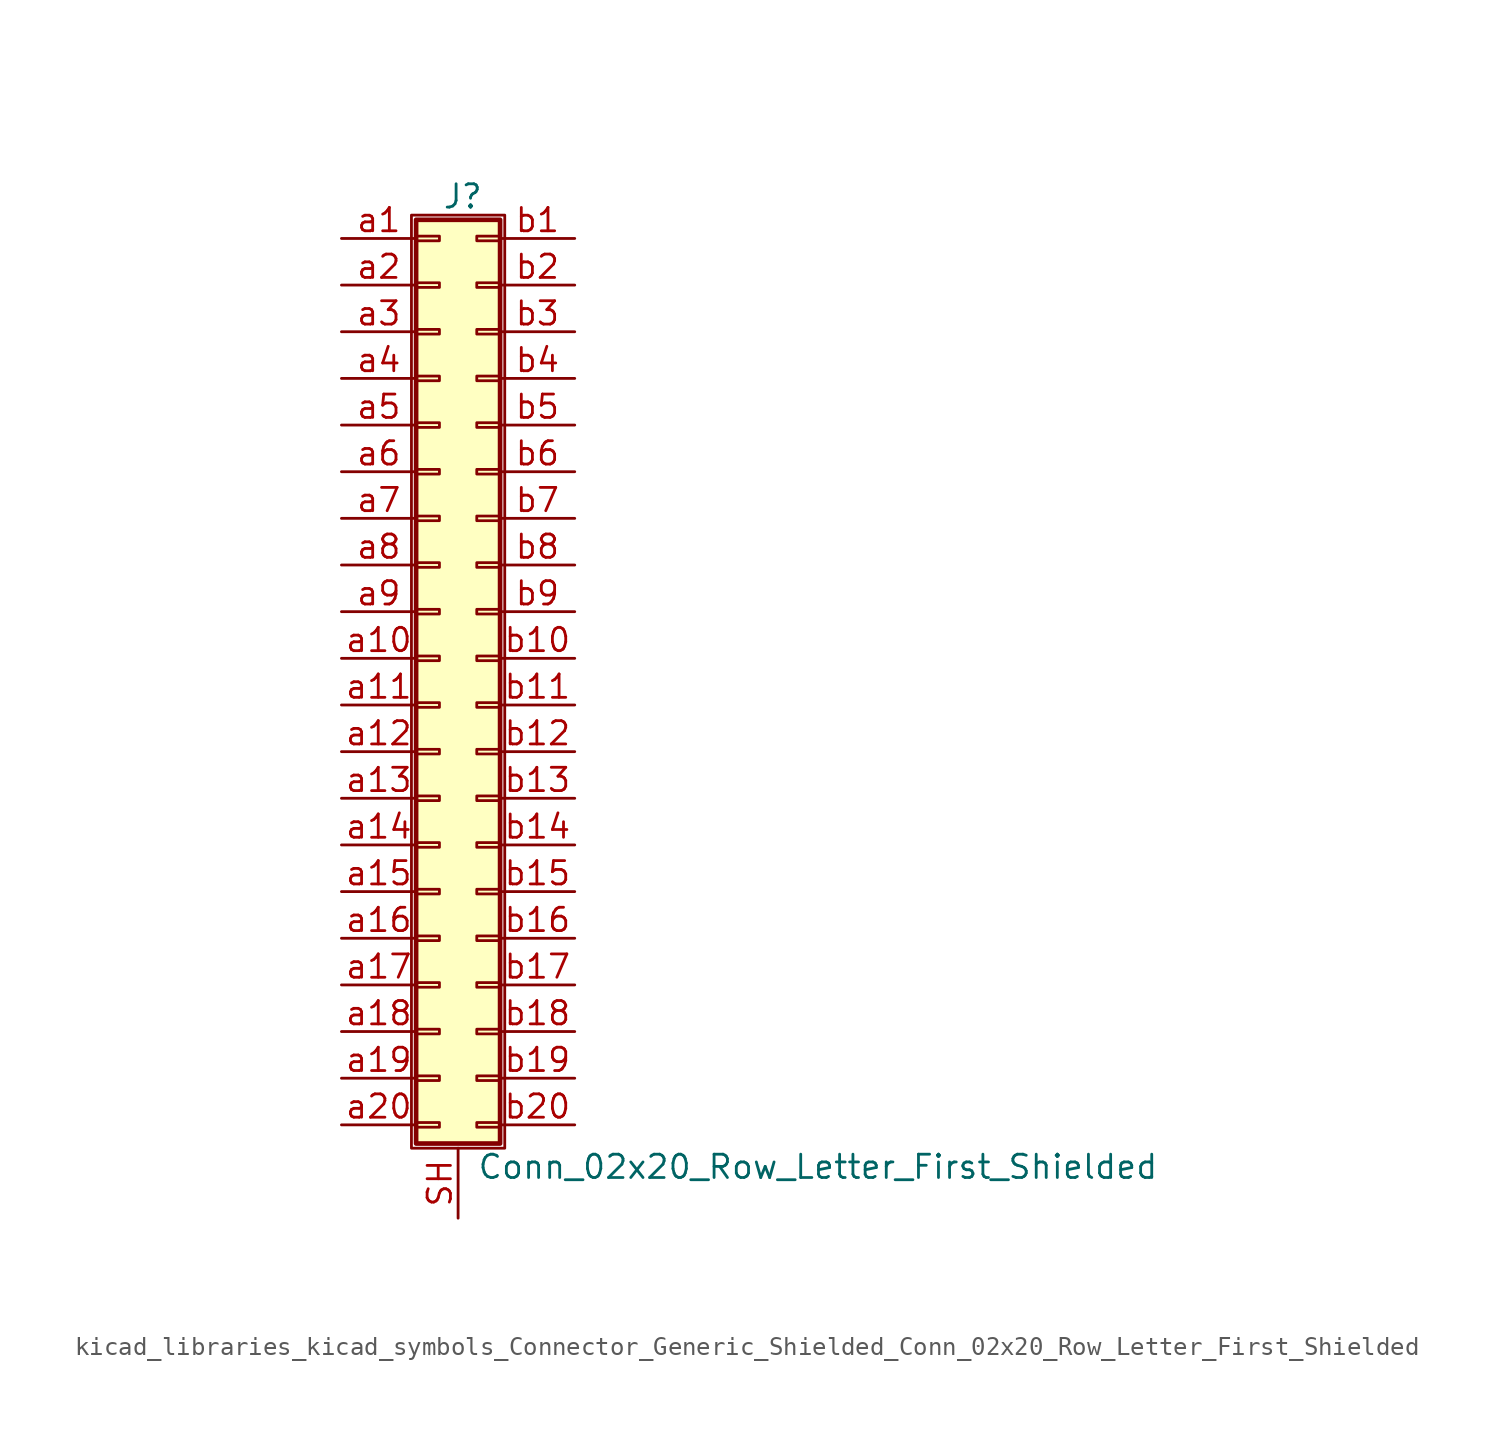
<source format=kicad_sym>
(kicad_symbol_lib
  (version 20220914)
  (generator kicad_symbol_editor)
  (symbol "kicad_libraries_kicad_symbols_Connector_Generic_Shielded_Conn_02x20_Row_Letter_First_Shielded"
    (pin_names
      (offset 1.016) hide)
    (property "Reference" "J"
      (at 1.524 25.146 0)
      (effects (font (size 1.27 1.27))))
    (property "Value" "Conn_02x20_Row_Letter_First_Shielded"
      (at 2.286 -27.686 0)
      (effects (font (size 1.27 1.27)) (justify left)))
    (symbol "kicad_libraries_kicad_symbols_Connector_Generic_Shielded_Conn_02x20_Row_Letter_First_Shielded_1_1"
      (rectangle (start -1.27 24.13) (end 3.81 -26.67) (stroke (width 0.152) (type default)) (fill (type none)))
      (rectangle (start -1.016 -25.273) (end 0.254 -25.527) (stroke (width 0.152) (type default)) (fill (type none)))
      (rectangle (start -1.016 -22.733) (end 0.254 -22.987) (stroke (width 0.152) (type default)) (fill (type none)))
      (rectangle (start -1.016 -20.193) (end 0.254 -20.447) (stroke (width 0.152) (type default)) (fill (type none)))
      (rectangle (start -1.016 -17.653) (end 0.254 -17.907) (stroke (width 0.152) (type default)) (fill (type none)))
      (rectangle (start -1.016 -15.113) (end 0.254 -15.367) (stroke (width 0.152) (type default)) (fill (type none)))
      (rectangle (start -1.016 -12.573) (end 0.254 -12.827) (stroke (width 0.152) (type default)) (fill (type none)))
      (rectangle (start -1.016 -10.033) (end 0.254 -10.287) (stroke (width 0.152) (type default)) (fill (type none)))
      (rectangle (start -1.016 -7.493) (end 0.254 -7.747) (stroke (width 0.152) (type default)) (fill (type none)))
      (rectangle (start -1.016 -4.953) (end 0.254 -5.207) (stroke (width 0.152) (type default)) (fill (type none)))
      (rectangle (start -1.016 -2.413) (end 0.254 -2.667) (stroke (width 0.152) (type default)) (fill (type none)))
      (rectangle (start -1.016 0.127) (end 0.254 -0.127) (stroke (width 0.152) (type default)) (fill (type none)))
      (rectangle (start -1.016 2.667) (end 0.254 2.413) (stroke (width 0.152) (type default)) (fill (type none)))
      (rectangle (start -1.016 5.207) (end 0.254 4.953) (stroke (width 0.152) (type default)) (fill (type none)))
      (rectangle (start -1.016 7.747) (end 0.254 7.493) (stroke (width 0.152) (type default)) (fill (type none)))
      (rectangle (start -1.016 10.287) (end 0.254 10.033) (stroke (width 0.152) (type default)) (fill (type none)))
      (rectangle (start -1.016 12.827) (end 0.254 12.573) (stroke (width 0.152) (type default)) (fill (type none)))
      (rectangle (start -1.016 15.367) (end 0.254 15.113) (stroke (width 0.152) (type default)) (fill (type none)))
      (rectangle (start -1.016 17.907) (end 0.254 17.653) (stroke (width 0.152) (type default)) (fill (type none)))
      (rectangle (start -1.016 20.447) (end 0.254 20.193) (stroke (width 0.152) (type default)) (fill (type none)))
      (rectangle (start -1.016 22.987) (end 0.254 22.733) (stroke (width 0.152) (type default)) (fill (type none)))
      (rectangle (start -1.016 23.876) (end 3.556 -26.416) (stroke (width 0.254) (type default)) (fill (type background)))
      (rectangle (start 3.556 -25.273) (end 2.286 -25.527) (stroke (width 0.152) (type default)) (fill (type none)))
      (rectangle (start 3.556 -22.733) (end 2.286 -22.987) (stroke (width 0.152) (type default)) (fill (type none)))
      (rectangle (start 3.556 -20.193) (end 2.286 -20.447) (stroke (width 0.152) (type default)) (fill (type none)))
      (rectangle (start 3.556 -17.653) (end 2.286 -17.907) (stroke (width 0.152) (type default)) (fill (type none)))
      (rectangle (start 3.556 -15.113) (end 2.286 -15.367) (stroke (width 0.152) (type default)) (fill (type none)))
      (rectangle (start 3.556 -12.573) (end 2.286 -12.827) (stroke (width 0.152) (type default)) (fill (type none)))
      (rectangle (start 3.556 -10.033) (end 2.286 -10.287) (stroke (width 0.152) (type default)) (fill (type none)))
      (rectangle (start 3.556 -7.493) (end 2.286 -7.747) (stroke (width 0.152) (type default)) (fill (type none)))
      (rectangle (start 3.556 -4.953) (end 2.286 -5.207) (stroke (width 0.152) (type default)) (fill (type none)))
      (rectangle (start 3.556 -2.413) (end 2.286 -2.667) (stroke (width 0.152) (type default)) (fill (type none)))
      (rectangle (start 3.556 0.127) (end 2.286 -0.127) (stroke (width 0.152) (type default)) (fill (type none)))
      (rectangle (start 3.556 2.667) (end 2.286 2.413) (stroke (width 0.152) (type default)) (fill (type none)))
      (rectangle (start 3.556 5.207) (end 2.286 4.953) (stroke (width 0.152) (type default)) (fill (type none)))
      (rectangle (start 3.556 7.747) (end 2.286 7.493) (stroke (width 0.152) (type default)) (fill (type none)))
      (rectangle (start 3.556 10.287) (end 2.286 10.033) (stroke (width 0.152) (type default)) (fill (type none)))
      (rectangle (start 3.556 12.827) (end 2.286 12.573) (stroke (width 0.152) (type default)) (fill (type none)))
      (rectangle (start 3.556 15.367) (end 2.286 15.113) (stroke (width 0.152) (type default)) (fill (type none)))
      (rectangle (start 3.556 17.907) (end 2.286 17.653) (stroke (width 0.152) (type default)) (fill (type none)))
      (rectangle (start 3.556 20.447) (end 2.286 20.193) (stroke (width 0.152) (type default)) (fill (type none)))
      (rectangle (start 3.556 22.987) (end 2.286 22.733) (stroke (width 0.152) (type default)) (fill (type none)))
      (pin passive line (at 1.27 -30.48 90) (length 3.81) (name "Shield" (effects (font (size 1.27 1.27)))) (number "SH" (effects (font (size 1.27 1.27)))))
      (pin passive line (at -5.08 22.86 0) (length 4.064) (name "Pin_a1" (effects (font (size 1.27 1.27)))) (number "a1" (effects (font (size 1.27 1.27)))))
      (pin passive line (at -5.08 0 0) (length 4.064) (name "Pin_a10" (effects (font (size 1.27 1.27)))) (number "a10" (effects (font (size 1.27 1.27)))))
      (pin passive line (at -5.08 -2.54 0) (length 4.064) (name "Pin_a11" (effects (font (size 1.27 1.27)))) (number "a11" (effects (font (size 1.27 1.27)))))
      (pin passive line (at -5.08 -5.08 0) (length 4.064) (name "Pin_a12" (effects (font (size 1.27 1.27)))) (number "a12" (effects (font (size 1.27 1.27)))))
      (pin passive line (at -5.08 -7.62 0) (length 4.064) (name "Pin_a13" (effects (font (size 1.27 1.27)))) (number "a13" (effects (font (size 1.27 1.27)))))
      (pin passive line (at -5.08 -10.16 0) (length 4.064) (name "Pin_a14" (effects (font (size 1.27 1.27)))) (number "a14" (effects (font (size 1.27 1.27)))))
      (pin passive line (at -5.08 -12.7 0) (length 4.064) (name "Pin_a15" (effects (font (size 1.27 1.27)))) (number "a15" (effects (font (size 1.27 1.27)))))
      (pin passive line (at -5.08 -15.24 0) (length 4.064) (name "Pin_a16" (effects (font (size 1.27 1.27)))) (number "a16" (effects (font (size 1.27 1.27)))))
      (pin passive line (at -5.08 -17.78 0) (length 4.064) (name "Pin_a17" (effects (font (size 1.27 1.27)))) (number "a17" (effects (font (size 1.27 1.27)))))
      (pin passive line (at -5.08 -20.32 0) (length 4.064) (name "Pin_a18" (effects (font (size 1.27 1.27)))) (number "a18" (effects (font (size 1.27 1.27)))))
      (pin passive line (at -5.08 -22.86 0) (length 4.064) (name "Pin_a19" (effects (font (size 1.27 1.27)))) (number "a19" (effects (font (size 1.27 1.27)))))
      (pin passive line (at -5.08 20.32 0) (length 4.064) (name "Pin_a2" (effects (font (size 1.27 1.27)))) (number "a2" (effects (font (size 1.27 1.27)))))
      (pin passive line (at -5.08 -25.4 0) (length 4.064) (name "Pin_a20" (effects (font (size 1.27 1.27)))) (number "a20" (effects (font (size 1.27 1.27)))))
      (pin passive line (at -5.08 17.78 0) (length 4.064) (name "Pin_a3" (effects (font (size 1.27 1.27)))) (number "a3" (effects (font (size 1.27 1.27)))))
      (pin passive line (at -5.08 15.24 0) (length 4.064) (name "Pin_a4" (effects (font (size 1.27 1.27)))) (number "a4" (effects (font (size 1.27 1.27)))))
      (pin passive line (at -5.08 12.7 0) (length 4.064) (name "Pin_a5" (effects (font (size 1.27 1.27)))) (number "a5" (effects (font (size 1.27 1.27)))))
      (pin passive line (at -5.08 10.16 0) (length 4.064) (name "Pin_a6" (effects (font (size 1.27 1.27)))) (number "a6" (effects (font (size 1.27 1.27)))))
      (pin passive line (at -5.08 7.62 0) (length 4.064) (name "Pin_a7" (effects (font (size 1.27 1.27)))) (number "a7" (effects (font (size 1.27 1.27)))))
      (pin passive line (at -5.08 5.08 0) (length 4.064) (name "Pin_a8" (effects (font (size 1.27 1.27)))) (number "a8" (effects (font (size 1.27 1.27)))))
      (pin passive line (at -5.08 2.54 0) (length 4.064) (name "Pin_a9" (effects (font (size 1.27 1.27)))) (number "a9" (effects (font (size 1.27 1.27)))))
      (pin passive line (at 7.62 22.86 180) (length 4.064) (name "Pin_b1" (effects (font (size 1.27 1.27)))) (number "b1" (effects (font (size 1.27 1.27)))))
      (pin passive line (at 7.62 0 180) (length 4.064) (name "Pin_b10" (effects (font (size 1.27 1.27)))) (number "b10" (effects (font (size 1.27 1.27)))))
      (pin passive line (at 7.62 -2.54 180) (length 4.064) (name "Pin_b11" (effects (font (size 1.27 1.27)))) (number "b11" (effects (font (size 1.27 1.27)))))
      (pin passive line (at 7.62 -5.08 180) (length 4.064) (name "Pin_b12" (effects (font (size 1.27 1.27)))) (number "b12" (effects (font (size 1.27 1.27)))))
      (pin passive line (at 7.62 -7.62 180) (length 4.064) (name "Pin_b13" (effects (font (size 1.27 1.27)))) (number "b13" (effects (font (size 1.27 1.27)))))
      (pin passive line (at 7.62 -10.16 180) (length 4.064) (name "Pin_b14" (effects (font (size 1.27 1.27)))) (number "b14" (effects (font (size 1.27 1.27)))))
      (pin passive line (at 7.62 -12.7 180) (length 4.064) (name "Pin_b15" (effects (font (size 1.27 1.27)))) (number "b15" (effects (font (size 1.27 1.27)))))
      (pin passive line (at 7.62 -15.24 180) (length 4.064) (name "Pin_b16" (effects (font (size 1.27 1.27)))) (number "b16" (effects (font (size 1.27 1.27)))))
      (pin passive line (at 7.62 -17.78 180) (length 4.064) (name "Pin_b17" (effects (font (size 1.27 1.27)))) (number "b17" (effects (font (size 1.27 1.27)))))
      (pin passive line (at 7.62 -20.32 180) (length 4.064) (name "Pin_b18" (effects (font (size 1.27 1.27)))) (number "b18" (effects (font (size 1.27 1.27)))))
      (pin passive line (at 7.62 -22.86 180) (length 4.064) (name "Pin_b19" (effects (font (size 1.27 1.27)))) (number "b19" (effects (font (size 1.27 1.27)))))
      (pin passive line (at 7.62 20.32 180) (length 4.064) (name "Pin_b2" (effects (font (size 1.27 1.27)))) (number "b2" (effects (font (size 1.27 1.27)))))
      (pin passive line (at 7.62 -25.4 180) (length 4.064) (name "Pin_b20" (effects (font (size 1.27 1.27)))) (number "b20" (effects (font (size 1.27 1.27)))))
      (pin passive line (at 7.62 17.78 180) (length 4.064) (name "Pin_b3" (effects (font (size 1.27 1.27)))) (number "b3" (effects (font (size 1.27 1.27)))))
      (pin passive line (at 7.62 15.24 180) (length 4.064) (name "Pin_b4" (effects (font (size 1.27 1.27)))) (number "b4" (effects (font (size 1.27 1.27)))))
      (pin passive line (at 7.62 12.7 180) (length 4.064) (name "Pin_b5" (effects (font (size 1.27 1.27)))) (number "b5" (effects (font (size 1.27 1.27)))))
      (pin passive line (at 7.62 10.16 180) (length 4.064) (name "Pin_b6" (effects (font (size 1.27 1.27)))) (number "b6" (effects (font (size 1.27 1.27)))))
      (pin passive line (at 7.62 7.62 180) (length 4.064) (name "Pin_b7" (effects (font (size 1.27 1.27)))) (number "b7" (effects (font (size 1.27 1.27)))))
      (pin passive line (at 7.62 5.08 180) (length 4.064) (name "Pin_b8" (effects (font (size 1.27 1.27)))) (number "b8" (effects (font (size 1.27 1.27)))))
      (pin passive line (at 7.62 2.54 180) (length 4.064) (name "Pin_b9" (effects (font (size 1.27 1.27)))) (number "b9" (effects (font (size 1.27 1.27))))))))
</source>
